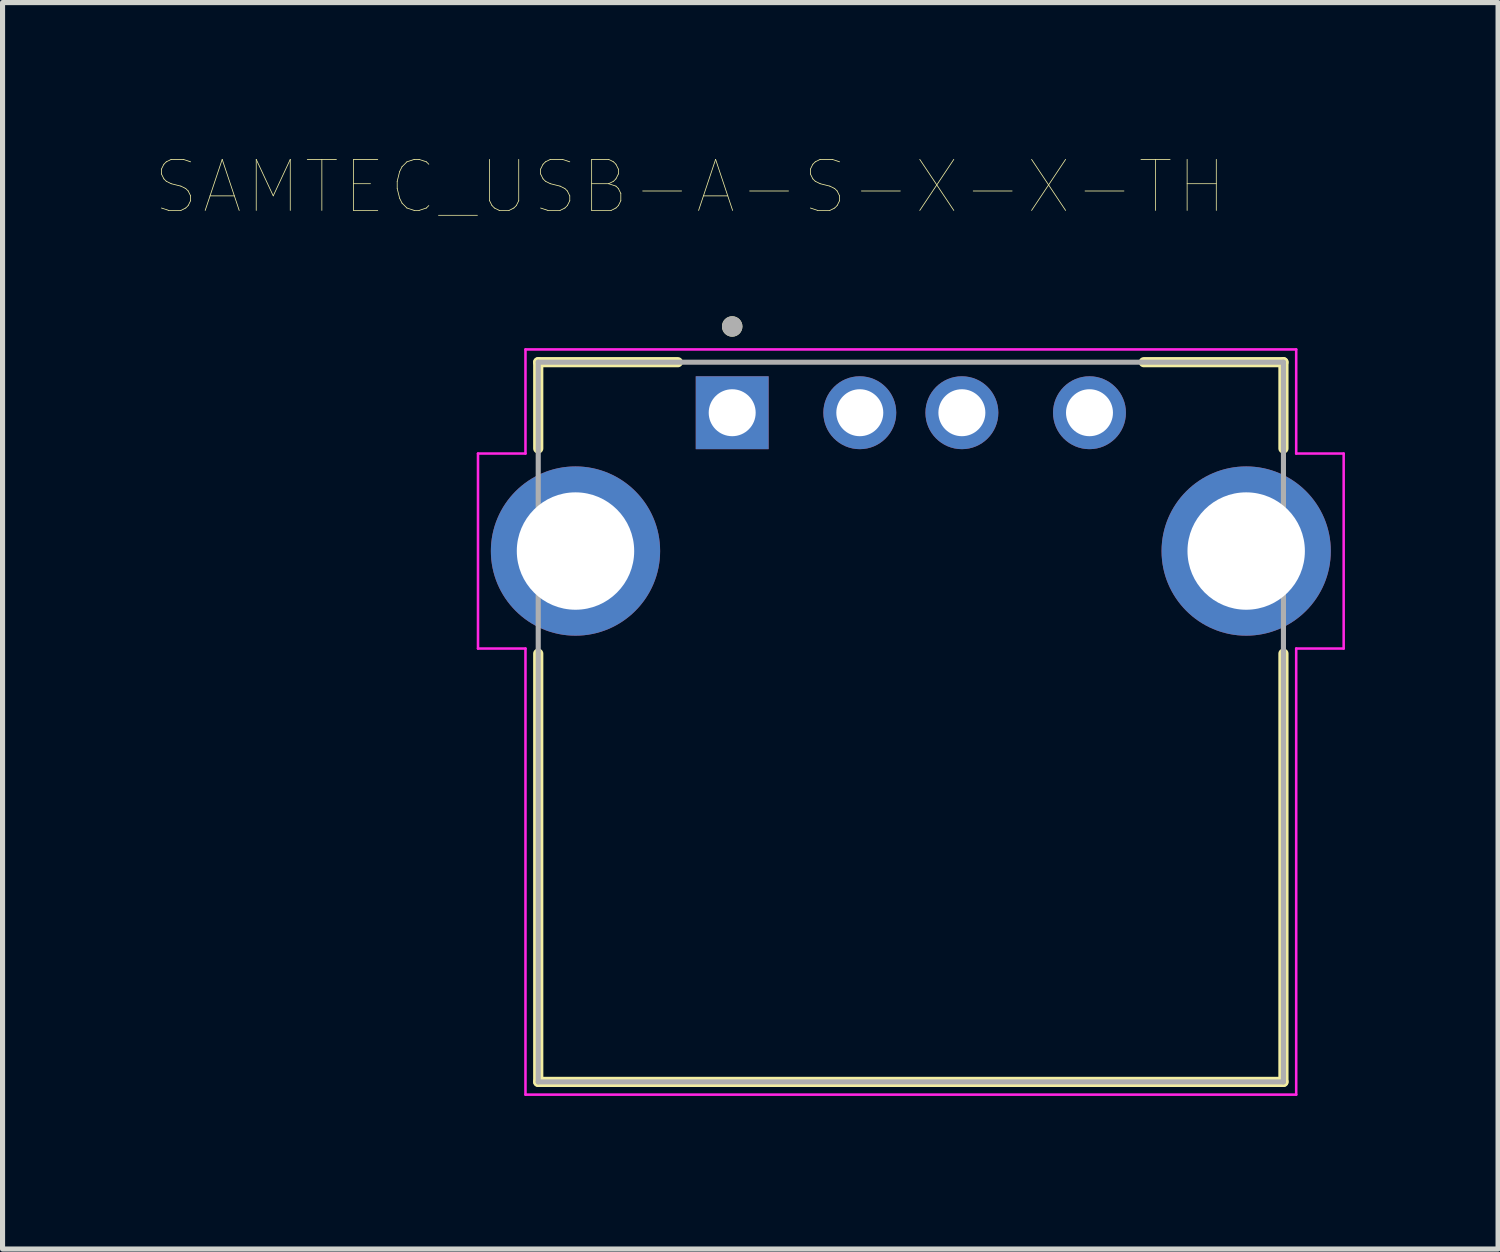
<source format=kicad_pcb>
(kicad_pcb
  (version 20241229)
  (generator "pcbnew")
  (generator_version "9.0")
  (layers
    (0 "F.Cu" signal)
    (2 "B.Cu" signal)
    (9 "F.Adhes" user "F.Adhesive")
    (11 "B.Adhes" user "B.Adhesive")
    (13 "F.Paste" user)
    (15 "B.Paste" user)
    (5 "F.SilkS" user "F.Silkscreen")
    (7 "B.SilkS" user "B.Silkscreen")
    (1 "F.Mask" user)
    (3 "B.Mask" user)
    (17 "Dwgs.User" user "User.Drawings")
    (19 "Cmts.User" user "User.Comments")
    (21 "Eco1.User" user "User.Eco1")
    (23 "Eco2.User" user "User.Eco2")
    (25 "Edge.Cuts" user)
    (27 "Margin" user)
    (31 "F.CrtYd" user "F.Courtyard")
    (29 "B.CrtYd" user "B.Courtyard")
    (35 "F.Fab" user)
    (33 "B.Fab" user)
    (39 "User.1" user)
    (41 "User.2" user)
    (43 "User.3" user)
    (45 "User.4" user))
  (footprint "SAMTEC_USB-A-S-X-X-TH"
    (layer "F.Cu")
    (at 14.795 7.746)
    (property "Reference" "SAMTEC_USB-A-S-X-X-TH" (at -4.325 -7.135 0) (layer "F.SilkS") (effects (font (size 1 1) (thickness 0.015))))
    (attr through_hole)
    (fp_line (start -7.3 -3.7) (end -4.565 -3.7) (stroke (width 0.2) (type solid)) (layer "F.SilkS"))
    (fp_line (start -7.3 -2.01) (end -7.3 -3.7) (stroke (width 0.2) (type solid)) (layer "F.SilkS"))
    (fp_line (start -7.3 10.4) (end -7.3 2.01) (stroke (width 0.2) (type solid)) (layer "F.SilkS"))
    (fp_line (start 4.565 -3.7) (end 7.3 -3.7) (stroke (width 0.2) (type solid)) (layer "F.SilkS"))
    (fp_line (start 7.3 -3.7) (end 7.3 -2.01) (stroke (width 0.2) (type solid)) (layer "F.SilkS"))
    (fp_line (start 7.3 2.01) (end 7.3 10.4) (stroke (width 0.2) (type solid)) (layer "F.SilkS"))
    (fp_line (start 7.3 10.4) (end -7.3 10.4) (stroke (width 0.2) (type solid)) (layer "F.SilkS"))
    (fp_circle (center -3.5 -4.4) (end -3.4 -4.4) (stroke (width 0.2) (type solid)) (fill no) (layer "F.SilkS"))
    (fp_line (start -8.48 -1.91) (end -7.55 -1.91) (stroke (width 0.05) (type solid)) (layer "F.CrtYd"))
    (fp_line (start -8.48 1.91) (end -8.48 -1.91) (stroke (width 0.05) (type solid)) (layer "F.CrtYd"))
    (fp_line (start -7.55 -3.95) (end 7.55 -3.95) (stroke (width 0.05) (type solid)) (layer "F.CrtYd"))
    (fp_line (start -7.55 -1.91) (end -7.55 -3.95) (stroke (width 0.05) (type solid)) (layer "F.CrtYd"))
    (fp_line (start -7.55 1.91) (end -8.48 1.91) (stroke (width 0.05) (type solid)) (layer "F.CrtYd"))
    (fp_line (start -7.55 10.65) (end -7.55 1.91) (stroke (width 0.05) (type solid)) (layer "F.CrtYd"))
    (fp_line (start 7.55 -3.95) (end 7.55 -1.91) (stroke (width 0.05) (type solid)) (layer "F.CrtYd"))
    (fp_line (start 7.55 -1.91) (end 8.48 -1.91) (stroke (width 0.05) (type solid)) (layer "F.CrtYd"))
    (fp_line (start 7.55 1.91) (end 7.55 10.65) (stroke (width 0.05) (type solid)) (layer "F.CrtYd"))
    (fp_line (start 7.55 10.65) (end -7.55 10.65) (stroke (width 0.05) (type solid)) (layer "F.CrtYd"))
    (fp_line (start 8.48 -1.91) (end 8.48 1.91) (stroke (width 0.05) (type solid)) (layer "F.CrtYd"))
    (fp_line (start 8.48 1.91) (end 7.55 1.91) (stroke (width 0.05) (type solid)) (layer "F.CrtYd"))
    (fp_line (start -7.3 -3.7) (end 7.3 -3.7) (stroke (width 0.1) (type solid)) (layer "F.Fab"))
    (fp_line (start -7.3 10.4) (end -7.3 -3.7) (stroke (width 0.1) (type solid)) (layer "F.Fab"))
    (fp_line (start 7.3 -3.7) (end 7.3 10.4) (stroke (width 0.1) (type solid)) (layer "F.Fab"))
    (fp_line (start 7.3 10.4) (end -7.3 10.4) (stroke (width 0.1) (type solid)) (layer "F.Fab"))
    (fp_circle (center -3.5 -4.4) (end -3.4 -4.4) (stroke (width 0.2) (type solid)) (fill no) (layer "F.Fab"))
    (pad "01" thru_hole rect (at -3.5 -2.71) (size 1.428 1.428) (drill 0.92) (layers "*.Cu" "*.Mask"))
    (pad "02" thru_hole circle (at -1 -2.71) (size 1.428 1.428) (drill 0.92) (layers "*.Cu" "*.Mask"))
    (pad "03" thru_hole circle (at 1 -2.71) (size 1.428 1.428) (drill 0.92) (layers "*.Cu" "*.Mask"))
    (pad "04" thru_hole circle (at 3.5 -2.71) (size 1.428 1.428) (drill 0.92) (layers "*.Cu" "*.Mask"))
    (pad "S1" thru_hole circle (at -6.57 0) (size 3.316 3.316) (drill 2.3) (layers "*.Cu" "*.Mask"))
    (pad "S2" thru_hole circle (at 6.57 0) (size 3.316 3.316) (drill 2.3) (layers "*.Cu" "*.Mask")))
  (gr_rect
    (start -3 -3)
    (end 26.3 21.421)
    (stroke (width 0.1) (type default))
    (fill no)
    (layer "Edge.Cuts")))
</source>
